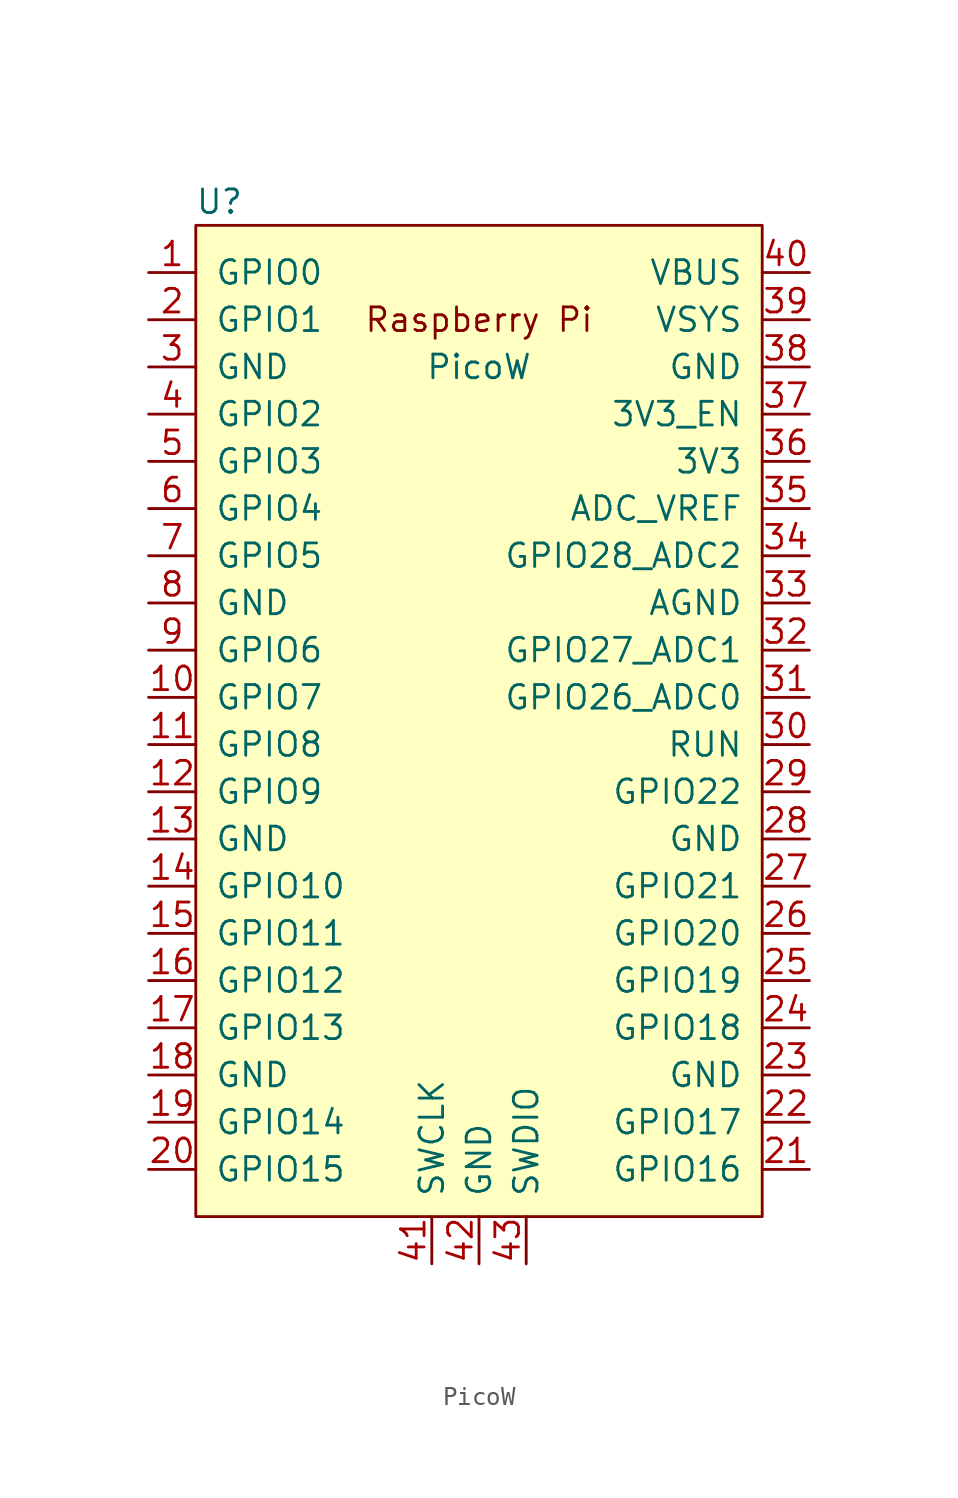
<source format=kicad_sym>
(kicad_symbol_lib
  (version 20211014)
  (generator kicad_symbol_editor)
  (symbol "PicoW"
    (pin_names
      (offset 1.016))
    (property "Reference" "U"
      (at -13.97 27.94 0)
      (effects (font (size 1.27 1.27))))
    (property "Value" "PicoW"
      (at 0 19.05 0)
      (effects (font (size 1.27 1.27))))
    (symbol "PicoW_0_0"
      (text "Raspberry Pi" (at 0 21.59 0) (effects (font (size 1.27 1.27)))))
    (symbol "PicoW_0_1"
      (rectangle (start -15.24 26.67) (end 15.24 -26.67) (stroke (width 0) (type default) (color 0 0 0 0)) (fill (type background))))
    (symbol "PicoW_1_1"
      (pin bidirectional line (at -17.78 24.13 0) (length 2.54) (name "GPIO0" (effects (font (size 1.27 1.27)))) (number "1" (effects (font (size 1.27 1.27)))))
      (pin bidirectional line (at -17.78 1.27 0) (length 2.54) (name "GPIO7" (effects (font (size 1.27 1.27)))) (number "10" (effects (font (size 1.27 1.27)))))
      (pin bidirectional line (at -17.78 -1.27 0) (length 2.54) (name "GPIO8" (effects (font (size 1.27 1.27)))) (number "11" (effects (font (size 1.27 1.27)))))
      (pin bidirectional line (at -17.78 -3.81 0) (length 2.54) (name "GPIO9" (effects (font (size 1.27 1.27)))) (number "12" (effects (font (size 1.27 1.27)))))
      (pin power_in line (at -17.78 -6.35 0) (length 2.54) (name "GND" (effects (font (size 1.27 1.27)))) (number "13" (effects (font (size 1.27 1.27)))))
      (pin bidirectional line (at -17.78 -8.89 0) (length 2.54) (name "GPIO10" (effects (font (size 1.27 1.27)))) (number "14" (effects (font (size 1.27 1.27)))))
      (pin bidirectional line (at -17.78 -11.43 0) (length 2.54) (name "GPIO11" (effects (font (size 1.27 1.27)))) (number "15" (effects (font (size 1.27 1.27)))))
      (pin bidirectional line (at -17.78 -13.97 0) (length 2.54) (name "GPIO12" (effects (font (size 1.27 1.27)))) (number "16" (effects (font (size 1.27 1.27)))))
      (pin bidirectional line (at -17.78 -16.51 0) (length 2.54) (name "GPIO13" (effects (font (size 1.27 1.27)))) (number "17" (effects (font (size 1.27 1.27)))))
      (pin power_in line (at -17.78 -19.05 0) (length 2.54) (name "GND" (effects (font (size 1.27 1.27)))) (number "18" (effects (font (size 1.27 1.27)))))
      (pin bidirectional line (at -17.78 -21.59 0) (length 2.54) (name "GPIO14" (effects (font (size 1.27 1.27)))) (number "19" (effects (font (size 1.27 1.27)))))
      (pin bidirectional line (at -17.78 21.59 0) (length 2.54) (name "GPIO1" (effects (font (size 1.27 1.27)))) (number "2" (effects (font (size 1.27 1.27)))))
      (pin bidirectional line (at -17.78 -24.13 0) (length 2.54) (name "GPIO15" (effects (font (size 1.27 1.27)))) (number "20" (effects (font (size 1.27 1.27)))))
      (pin bidirectional line (at 17.78 -24.13 180) (length 2.54) (name "GPIO16" (effects (font (size 1.27 1.27)))) (number "21" (effects (font (size 1.27 1.27)))))
      (pin bidirectional line (at 17.78 -21.59 180) (length 2.54) (name "GPIO17" (effects (font (size 1.27 1.27)))) (number "22" (effects (font (size 1.27 1.27)))))
      (pin power_in line (at 17.78 -19.05 180) (length 2.54) (name "GND" (effects (font (size 1.27 1.27)))) (number "23" (effects (font (size 1.27 1.27)))))
      (pin bidirectional line (at 17.78 -16.51 180) (length 2.54) (name "GPIO18" (effects (font (size 1.27 1.27)))) (number "24" (effects (font (size 1.27 1.27)))))
      (pin bidirectional line (at 17.78 -13.97 180) (length 2.54) (name "GPIO19" (effects (font (size 1.27 1.27)))) (number "25" (effects (font (size 1.27 1.27)))))
      (pin bidirectional line (at 17.78 -11.43 180) (length 2.54) (name "GPIO20" (effects (font (size 1.27 1.27)))) (number "26" (effects (font (size 1.27 1.27)))))
      (pin bidirectional line (at 17.78 -8.89 180) (length 2.54) (name "GPIO21" (effects (font (size 1.27 1.27)))) (number "27" (effects (font (size 1.27 1.27)))))
      (pin power_in line (at 17.78 -6.35 180) (length 2.54) (name "GND" (effects (font (size 1.27 1.27)))) (number "28" (effects (font (size 1.27 1.27)))))
      (pin bidirectional line (at 17.78 -3.81 180) (length 2.54) (name "GPIO22" (effects (font (size 1.27 1.27)))) (number "29" (effects (font (size 1.27 1.27)))))
      (pin power_in line (at -17.78 19.05 0) (length 2.54) (name "GND" (effects (font (size 1.27 1.27)))) (number "3" (effects (font (size 1.27 1.27)))))
      (pin input line (at 17.78 -1.27 180) (length 2.54) (name "RUN" (effects (font (size 1.27 1.27)))) (number "30" (effects (font (size 1.27 1.27)))))
      (pin bidirectional line (at 17.78 1.27 180) (length 2.54) (name "GPIO26_ADC0" (effects (font (size 1.27 1.27)))) (number "31" (effects (font (size 1.27 1.27)))))
      (pin bidirectional line (at 17.78 3.81 180) (length 2.54) (name "GPIO27_ADC1" (effects (font (size 1.27 1.27)))) (number "32" (effects (font (size 1.27 1.27)))))
      (pin power_in line (at 17.78 6.35 180) (length 2.54) (name "AGND" (effects (font (size 1.27 1.27)))) (number "33" (effects (font (size 1.27 1.27)))))
      (pin bidirectional line (at 17.78 8.89 180) (length 2.54) (name "GPIO28_ADC2" (effects (font (size 1.27 1.27)))) (number "34" (effects (font (size 1.27 1.27)))))
      (pin unspecified line (at 17.78 11.43 180) (length 2.54) (name "ADC_VREF" (effects (font (size 1.27 1.27)))) (number "35" (effects (font (size 1.27 1.27)))))
      (pin power_out line (at 17.78 13.97 180) (length 2.54) (name "3V3" (effects (font (size 1.27 1.27)))) (number "36" (effects (font (size 1.27 1.27)))))
      (pin input line (at 17.78 16.51 180) (length 2.54) (name "3V3_EN" (effects (font (size 1.27 1.27)))) (number "37" (effects (font (size 1.27 1.27)))))
      (pin power_out line (at 17.78 19.05 180) (length 2.54) (name "GND" (effects (font (size 1.27 1.27)))) (number "38" (effects (font (size 1.27 1.27)))))
      (pin unspecified line (at 17.78 21.59 180) (length 2.54) (name "VSYS" (effects (font (size 1.27 1.27)))) (number "39" (effects (font (size 1.27 1.27)))))
      (pin bidirectional line (at -17.78 16.51 0) (length 2.54) (name "GPIO2" (effects (font (size 1.27 1.27)))) (number "4" (effects (font (size 1.27 1.27)))))
      (pin power_out line (at 17.78 24.13 180) (length 2.54) (name "VBUS" (effects (font (size 1.27 1.27)))) (number "40" (effects (font (size 1.27 1.27)))))
      (pin input line (at -2.54 -29.21 90) (length 2.54) (name "SWCLK" (effects (font (size 1.27 1.27)))) (number "41" (effects (font (size 1.27 1.27)))))
      (pin power_in line (at 0 -29.21 90) (length 2.54) (name "GND" (effects (font (size 1.27 1.27)))) (number "42" (effects (font (size 1.27 1.27)))))
      (pin bidirectional line (at 2.54 -29.21 90) (length 2.54) (name "SWDIO" (effects (font (size 1.27 1.27)))) (number "43" (effects (font (size 1.27 1.27)))))
      (pin bidirectional line (at -17.78 13.97 0) (length 2.54) (name "GPIO3" (effects (font (size 1.27 1.27)))) (number "5" (effects (font (size 1.27 1.27)))))
      (pin bidirectional line (at -17.78 11.43 0) (length 2.54) (name "GPIO4" (effects (font (size 1.27 1.27)))) (number "6" (effects (font (size 1.27 1.27)))))
      (pin bidirectional line (at -17.78 8.89 0) (length 2.54) (name "GPIO5" (effects (font (size 1.27 1.27)))) (number "7" (effects (font (size 1.27 1.27)))))
      (pin power_in line (at -17.78 6.35 0) (length 2.54) (name "GND" (effects (font (size 1.27 1.27)))) (number "8" (effects (font (size 1.27 1.27)))))
      (pin bidirectional line (at -17.78 3.81 0) (length 2.54) (name "GPIO6" (effects (font (size 1.27 1.27)))) (number "9" (effects (font (size 1.27 1.27))))))))
</source>
